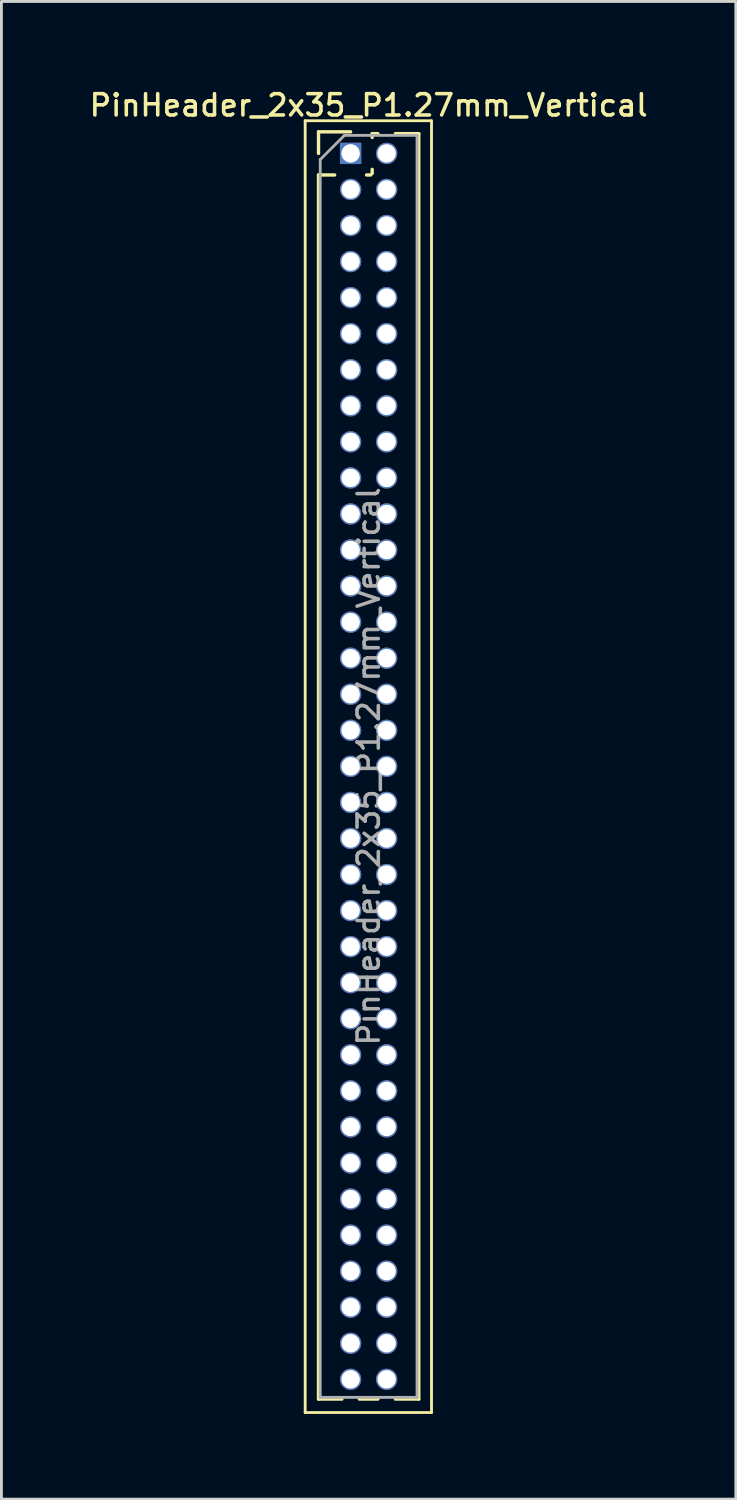
<source format=kicad_pcb>
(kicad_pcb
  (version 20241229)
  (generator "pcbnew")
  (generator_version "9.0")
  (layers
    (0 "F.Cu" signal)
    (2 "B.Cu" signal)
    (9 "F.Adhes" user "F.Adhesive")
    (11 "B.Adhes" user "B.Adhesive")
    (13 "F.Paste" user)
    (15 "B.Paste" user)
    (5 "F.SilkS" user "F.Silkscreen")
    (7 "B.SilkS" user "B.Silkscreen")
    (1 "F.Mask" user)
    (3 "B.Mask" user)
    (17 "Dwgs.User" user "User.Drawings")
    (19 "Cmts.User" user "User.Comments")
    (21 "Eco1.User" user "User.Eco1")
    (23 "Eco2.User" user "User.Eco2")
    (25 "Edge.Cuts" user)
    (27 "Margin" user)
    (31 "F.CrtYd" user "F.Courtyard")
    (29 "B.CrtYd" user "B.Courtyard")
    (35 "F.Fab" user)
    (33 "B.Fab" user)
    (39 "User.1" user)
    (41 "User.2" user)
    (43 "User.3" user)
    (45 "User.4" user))
  (footprint "PinHeader_2x35_P1.27mm_Vertical"
    (layer "F.Cu")
    (at 9.299 2.353)
    (property "Reference" "PinHeader_2x35_P1.27mm_Vertical" (at 0.635 -1.695 0) (layer "F.SilkS") (effects (font (size 0.75 0.75) (thickness 0.125))))
    (attr through_hole)
    (fp_line (start -1.6 -1.15) (end -1.6 44.35) (stroke (width 0.1) (type solid)) (layer "F.SilkS"))
    (fp_line (start -1.6 44.35) (end 2.85 44.35) (stroke (width 0.1) (type solid)) (layer "F.SilkS"))
    (fp_line (start -1.13 -0.76) (end 0 -0.76) (stroke (width 0.12) (type solid)) (layer "F.SilkS"))
    (fp_line (start -1.13 0) (end -1.13 -0.76) (stroke (width 0.12) (type solid)) (layer "F.SilkS"))
    (fp_line (start -1.13 0.76) (end -1.13 43.875) (stroke (width 0.12) (type solid)) (layer "F.SilkS"))
    (fp_line (start -1.13 0.76) (end -0.563 0.76) (stroke (width 0.12) (type solid)) (layer "F.SilkS"))
    (fp_line (start -1.13 43.875) (end -0.308 43.875) (stroke (width 0.12) (type solid)) (layer "F.SilkS"))
    (fp_line (start 0.308 43.875) (end 0.962 43.875) (stroke (width 0.12) (type solid)) (layer "F.SilkS"))
    (fp_line (start 0.563 0.76) (end 0.707 0.76) (stroke (width 0.12) (type solid)) (layer "F.SilkS"))
    (fp_line (start 0.76 -0.695) (end 0.962 -0.695) (stroke (width 0.12) (type solid)) (layer "F.SilkS"))
    (fp_line (start 0.76 -0.563) (end 0.76 -0.695) (stroke (width 0.12) (type solid)) (layer "F.SilkS"))
    (fp_line (start 0.76 0.707) (end 0.76 0.563) (stroke (width 0.12) (type solid)) (layer "F.SilkS"))
    (fp_line (start 1.578 -0.695) (end 2.4 -0.695) (stroke (width 0.12) (type solid)) (layer "F.SilkS"))
    (fp_line (start 1.578 43.875) (end 2.4 43.875) (stroke (width 0.12) (type solid)) (layer "F.SilkS"))
    (fp_line (start 2.4 -0.695) (end 2.4 43.875) (stroke (width 0.12) (type solid)) (layer "F.SilkS"))
    (fp_line (start 2.85 -1.15) (end -1.6 -1.15) (stroke (width 0.1) (type solid)) (layer "F.SilkS"))
    (fp_line (start 2.85 44.35) (end 2.85 -1.15) (stroke (width 0.1) (type solid)) (layer "F.SilkS"))
    (fp_line (start -1.07 0.217) (end -0.217 -0.635) (stroke (width 0.1) (type solid)) (layer "F.Fab"))
    (fp_line (start -1.07 43.815) (end -1.07 0.217) (stroke (width 0.1) (type solid)) (layer "F.Fab"))
    (fp_line (start -0.217 -0.635) (end 2.34 -0.635) (stroke (width 0.1) (type solid)) (layer "F.Fab"))
    (fp_line (start 2.34 -0.635) (end 2.34 43.815) (stroke (width 0.1) (type solid)) (layer "F.Fab"))
    (fp_line (start 2.34 43.815) (end -1.07 43.815) (stroke (width 0.1) (type solid)) (layer "F.Fab"))
    (fp_text user "${REFERENCE}" (at 0.635 21.59 90) (layer "F.Fab") (effects (font (size 0.75 0.75) (thickness 0.125))))
    (pad "1" thru_hole rect (at 0 0) (size 0.75 0.75) (drill 0.65) (layers "*.Cu" "*.Mask"))
    (pad "2" thru_hole oval (at 1.27 0) (size 0.75 0.75) (drill 0.65) (layers "*.Cu" "*.Mask"))
    (pad "3" thru_hole oval (at 0 1.27) (size 0.75 0.75) (drill 0.65) (layers "*.Cu" "*.Mask"))
    (pad "4" thru_hole oval (at 1.27 1.27) (size 0.75 0.75) (drill 0.65) (layers "*.Cu" "*.Mask"))
    (pad "5" thru_hole oval (at 0 2.54) (size 0.75 0.75) (drill 0.65) (layers "*.Cu" "*.Mask"))
    (pad "6" thru_hole oval (at 1.27 2.54) (size 0.75 0.75) (drill 0.65) (layers "*.Cu" "*.Mask"))
    (pad "7" thru_hole oval (at 0 3.81) (size 0.75 0.75) (drill 0.65) (layers "*.Cu" "*.Mask"))
    (pad "8" thru_hole oval (at 1.27 3.81) (size 0.75 0.75) (drill 0.65) (layers "*.Cu" "*.Mask"))
    (pad "9" thru_hole oval (at 0 5.08) (size 0.75 0.75) (drill 0.65) (layers "*.Cu" "*.Mask"))
    (pad "10" thru_hole oval (at 1.27 5.08) (size 0.75 0.75) (drill 0.65) (layers "*.Cu" "*.Mask"))
    (pad "11" thru_hole oval (at 0 6.35) (size 0.75 0.75) (drill 0.65) (layers "*.Cu" "*.Mask"))
    (pad "12" thru_hole oval (at 1.27 6.35) (size 0.75 0.75) (drill 0.65) (layers "*.Cu" "*.Mask"))
    (pad "13" thru_hole oval (at 0 7.62) (size 0.75 0.75) (drill 0.65) (layers "*.Cu" "*.Mask"))
    (pad "14" thru_hole oval (at 1.27 7.62) (size 0.75 0.75) (drill 0.65) (layers "*.Cu" "*.Mask"))
    (pad "15" thru_hole oval (at 0 8.89) (size 0.75 0.75) (drill 0.65) (layers "*.Cu" "*.Mask"))
    (pad "16" thru_hole oval (at 1.27 8.89) (size 0.75 0.75) (drill 0.65) (layers "*.Cu" "*.Mask"))
    (pad "17" thru_hole oval (at 0 10.16) (size 0.75 0.75) (drill 0.65) (layers "*.Cu" "*.Mask"))
    (pad "18" thru_hole oval (at 1.27 10.16) (size 0.75 0.75) (drill 0.65) (layers "*.Cu" "*.Mask"))
    (pad "19" thru_hole oval (at 0 11.43) (size 0.75 0.75) (drill 0.65) (layers "*.Cu" "*.Mask"))
    (pad "20" thru_hole oval (at 1.27 11.43) (size 0.75 0.75) (drill 0.65) (layers "*.Cu" "*.Mask"))
    (pad "21" thru_hole oval (at 0 12.7) (size 0.75 0.75) (drill 0.65) (layers "*.Cu" "*.Mask"))
    (pad "22" thru_hole oval (at 1.27 12.7) (size 0.75 0.75) (drill 0.65) (layers "*.Cu" "*.Mask"))
    (pad "23" thru_hole oval (at 0 13.97) (size 0.75 0.75) (drill 0.65) (layers "*.Cu" "*.Mask"))
    (pad "24" thru_hole oval (at 1.27 13.97) (size 0.75 0.75) (drill 0.65) (layers "*.Cu" "*.Mask"))
    (pad "25" thru_hole oval (at 0 15.24) (size 0.75 0.75) (drill 0.65) (layers "*.Cu" "*.Mask"))
    (pad "26" thru_hole oval (at 1.27 15.24) (size 0.75 0.75) (drill 0.65) (layers "*.Cu" "*.Mask"))
    (pad "27" thru_hole oval (at 0 16.51) (size 0.75 0.75) (drill 0.65) (layers "*.Cu" "*.Mask"))
    (pad "28" thru_hole oval (at 1.27 16.51) (size 0.75 0.75) (drill 0.65) (layers "*.Cu" "*.Mask"))
    (pad "29" thru_hole oval (at 0 17.78) (size 0.75 0.75) (drill 0.65) (layers "*.Cu" "*.Mask"))
    (pad "30" thru_hole oval (at 1.27 17.78) (size 0.75 0.75) (drill 0.65) (layers "*.Cu" "*.Mask"))
    (pad "31" thru_hole oval (at 0 19.05) (size 0.75 0.75) (drill 0.65) (layers "*.Cu" "*.Mask"))
    (pad "32" thru_hole oval (at 1.27 19.05) (size 0.75 0.75) (drill 0.65) (layers "*.Cu" "*.Mask"))
    (pad "33" thru_hole oval (at 0 20.32) (size 0.75 0.75) (drill 0.65) (layers "*.Cu" "*.Mask"))
    (pad "34" thru_hole oval (at 1.27 20.32) (size 0.75 0.75) (drill 0.65) (layers "*.Cu" "*.Mask"))
    (pad "35" thru_hole oval (at 0 21.59) (size 0.75 0.75) (drill 0.65) (layers "*.Cu" "*.Mask"))
    (pad "36" thru_hole oval (at 1.27 21.59) (size 0.75 0.75) (drill 0.65) (layers "*.Cu" "*.Mask"))
    (pad "37" thru_hole oval (at 0 22.86) (size 0.75 0.75) (drill 0.65) (layers "*.Cu" "*.Mask"))
    (pad "38" thru_hole oval (at 1.27 22.86) (size 0.75 0.75) (drill 0.65) (layers "*.Cu" "*.Mask"))
    (pad "39" thru_hole oval (at 0 24.13) (size 0.75 0.75) (drill 0.65) (layers "*.Cu" "*.Mask"))
    (pad "40" thru_hole oval (at 1.27 24.13) (size 0.75 0.75) (drill 0.65) (layers "*.Cu" "*.Mask"))
    (pad "41" thru_hole oval (at 0 25.4) (size 0.75 0.75) (drill 0.65) (layers "*.Cu" "*.Mask"))
    (pad "42" thru_hole oval (at 1.27 25.4) (size 0.75 0.75) (drill 0.65) (layers "*.Cu" "*.Mask"))
    (pad "43" thru_hole oval (at 0 26.67) (size 0.75 0.75) (drill 0.65) (layers "*.Cu" "*.Mask"))
    (pad "44" thru_hole oval (at 1.27 26.67) (size 0.75 0.75) (drill 0.65) (layers "*.Cu" "*.Mask"))
    (pad "45" thru_hole oval (at 0 27.94) (size 0.75 0.75) (drill 0.65) (layers "*.Cu" "*.Mask"))
    (pad "46" thru_hole oval (at 1.27 27.94) (size 0.75 0.75) (drill 0.65) (layers "*.Cu" "*.Mask"))
    (pad "47" thru_hole oval (at 0 29.21) (size 0.75 0.75) (drill 0.65) (layers "*.Cu" "*.Mask"))
    (pad "48" thru_hole oval (at 1.27 29.21) (size 0.75 0.75) (drill 0.65) (layers "*.Cu" "*.Mask"))
    (pad "49" thru_hole oval (at 0 30.48) (size 0.75 0.75) (drill 0.65) (layers "*.Cu" "*.Mask"))
    (pad "50" thru_hole oval (at 1.27 30.48) (size 0.75 0.75) (drill 0.65) (layers "*.Cu" "*.Mask"))
    (pad "51" thru_hole oval (at 0 31.75) (size 0.75 0.75) (drill 0.65) (layers "*.Cu" "*.Mask"))
    (pad "52" thru_hole oval (at 1.27 31.75) (size 0.75 0.75) (drill 0.65) (layers "*.Cu" "*.Mask"))
    (pad "53" thru_hole oval (at 0 33.02) (size 0.75 0.75) (drill 0.65) (layers "*.Cu" "*.Mask"))
    (pad "54" thru_hole oval (at 1.27 33.02) (size 0.75 0.75) (drill 0.65) (layers "*.Cu" "*.Mask"))
    (pad "55" thru_hole oval (at 0 34.29) (size 0.75 0.75) (drill 0.65) (layers "*.Cu" "*.Mask"))
    (pad "56" thru_hole oval (at 1.27 34.29) (size 0.75 0.75) (drill 0.65) (layers "*.Cu" "*.Mask"))
    (pad "57" thru_hole oval (at 0 35.56) (size 0.75 0.75) (drill 0.65) (layers "*.Cu" "*.Mask"))
    (pad "58" thru_hole oval (at 1.27 35.56) (size 0.75 0.75) (drill 0.65) (layers "*.Cu" "*.Mask"))
    (pad "59" thru_hole oval (at 0 36.83) (size 0.75 0.75) (drill 0.65) (layers "*.Cu" "*.Mask"))
    (pad "60" thru_hole oval (at 1.27 36.83) (size 0.75 0.75) (drill 0.65) (layers "*.Cu" "*.Mask"))
    (pad "61" thru_hole oval (at 0 38.1) (size 0.75 0.75) (drill 0.65) (layers "*.Cu" "*.Mask"))
    (pad "62" thru_hole oval (at 1.27 38.1) (size 0.75 0.75) (drill 0.65) (layers "*.Cu" "*.Mask"))
    (pad "63" thru_hole oval (at 0 39.37) (size 0.75 0.75) (drill 0.65) (layers "*.Cu" "*.Mask"))
    (pad "64" thru_hole oval (at 1.27 39.37) (size 0.75 0.75) (drill 0.65) (layers "*.Cu" "*.Mask"))
    (pad "65" thru_hole oval (at 0 40.64) (size 0.75 0.75) (drill 0.65) (layers "*.Cu" "*.Mask"))
    (pad "66" thru_hole oval (at 1.27 40.64) (size 0.75 0.75) (drill 0.65) (layers "*.Cu" "*.Mask"))
    (pad "67" thru_hole oval (at 0 41.91) (size 0.75 0.75) (drill 0.65) (layers "*.Cu" "*.Mask"))
    (pad "68" thru_hole oval (at 1.27 41.91) (size 0.75 0.75) (drill 0.65) (layers "*.Cu" "*.Mask"))
    (pad "69" thru_hole oval (at 0 43.18) (size 0.75 0.75) (drill 0.65) (layers "*.Cu" "*.Mask"))
    (pad "70" thru_hole oval (at 1.27 43.18) (size 0.75 0.75) (drill 0.65) (layers "*.Cu" "*.Mask")))
  (gr_rect
    (start -3 -3)
    (end 22.868 49.753)
    (stroke (width 0.1) (type default))
    (fill no)
    (layer "Edge.Cuts")))
</source>
